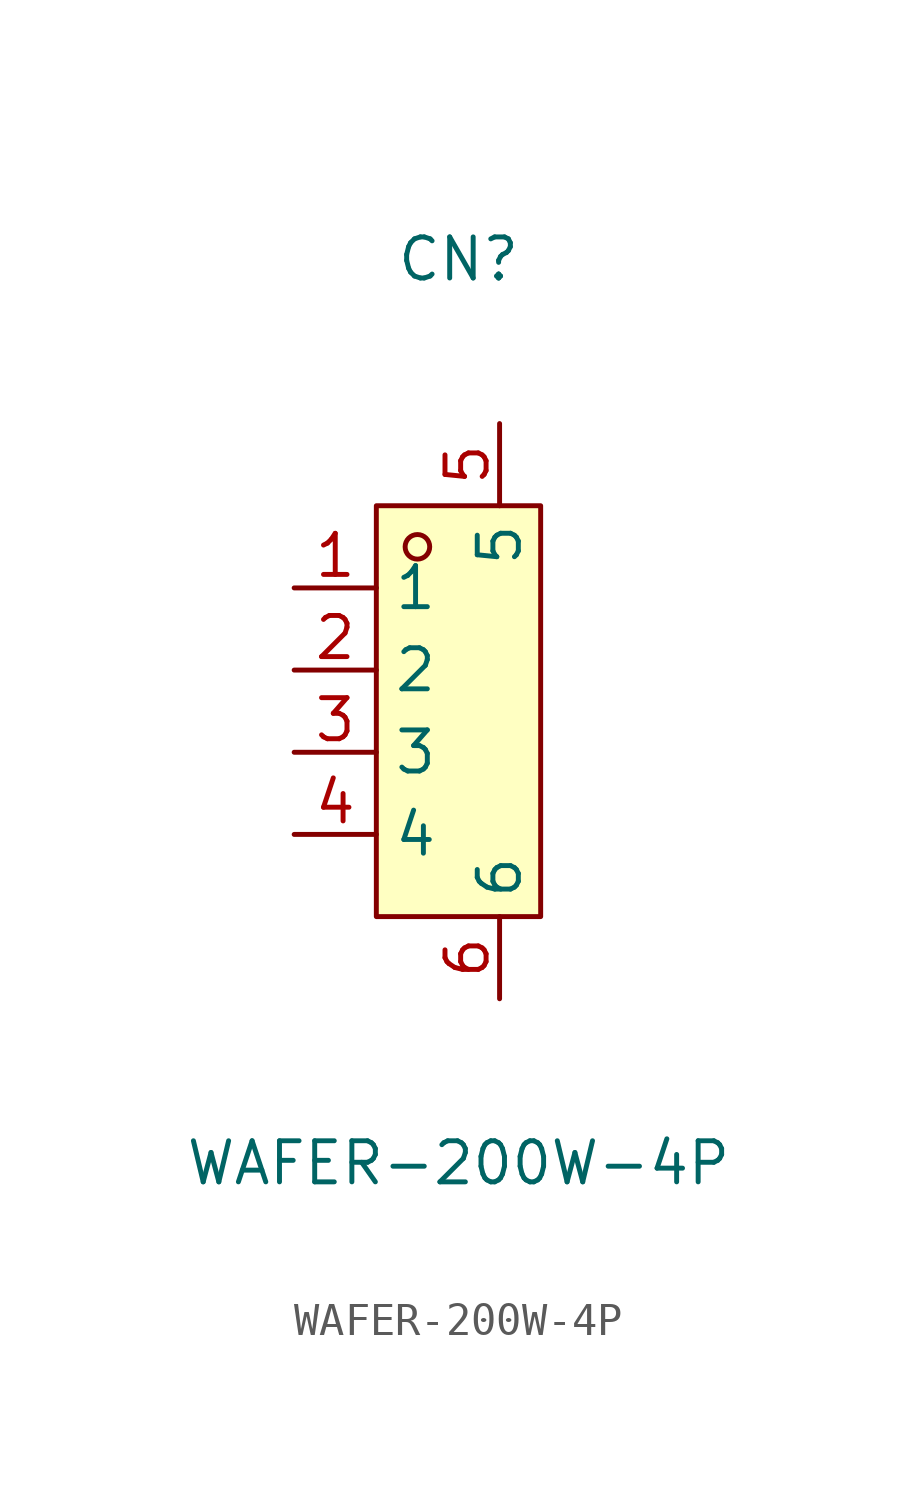
<source format=kicad_sym>
(kicad_symbol_lib
  (version 20211014)
  (generator https://github.com/uPesy/easyeda2kicad.py)
  (symbol "WAFER-200W-4P"
    (property "Reference" "CN"
      (at 0 13.97 0)
      (effects (font (size 1.27 1.27))))
    (property "Value" "WAFER-200W-4P"
      (at 0 -13.97 0)
      (effects (font (size 1.27 1.27))))
    (symbol "WAFER-200W-4P_0_1"
      (rectangle (start -2.54 6.35) (end 2.54 -6.35) (stroke (width 0) (type default) (color 0 0 0 0)) (fill (type background)))
      (circle (center -1.27 5.08) (radius 0.38) (stroke (width 0) (type default) (color 0 0 0 0)) (fill (type none)))
      (pin unspecified line (at -5.08 3.81 0) (length 2.54) (name "1" (effects (font (size 1.27 1.27)))) (number "1" (effects (font (size 1.27 1.27)))))
      (pin unspecified line (at -5.08 1.27 0) (length 2.54) (name "2" (effects (font (size 1.27 1.27)))) (number "2" (effects (font (size 1.27 1.27)))))
      (pin unspecified line (at -5.08 -1.27 0) (length 2.54) (name "3" (effects (font (size 1.27 1.27)))) (number "3" (effects (font (size 1.27 1.27)))))
      (pin unspecified line (at -5.08 -3.81 0) (length 2.54) (name "4" (effects (font (size 1.27 1.27)))) (number "4" (effects (font (size 1.27 1.27)))))
      (pin unspecified line (at 1.27 8.89 270) (length 2.54) (name "5" (effects (font (size 1.27 1.27)))) (number "5" (effects (font (size 1.27 1.27)))))
      (pin unspecified line (at 1.27 -8.89 90) (length 2.54) (name "6" (effects (font (size 1.27 1.27)))) (number "6" (effects (font (size 1.27 1.27))))))))
</source>
